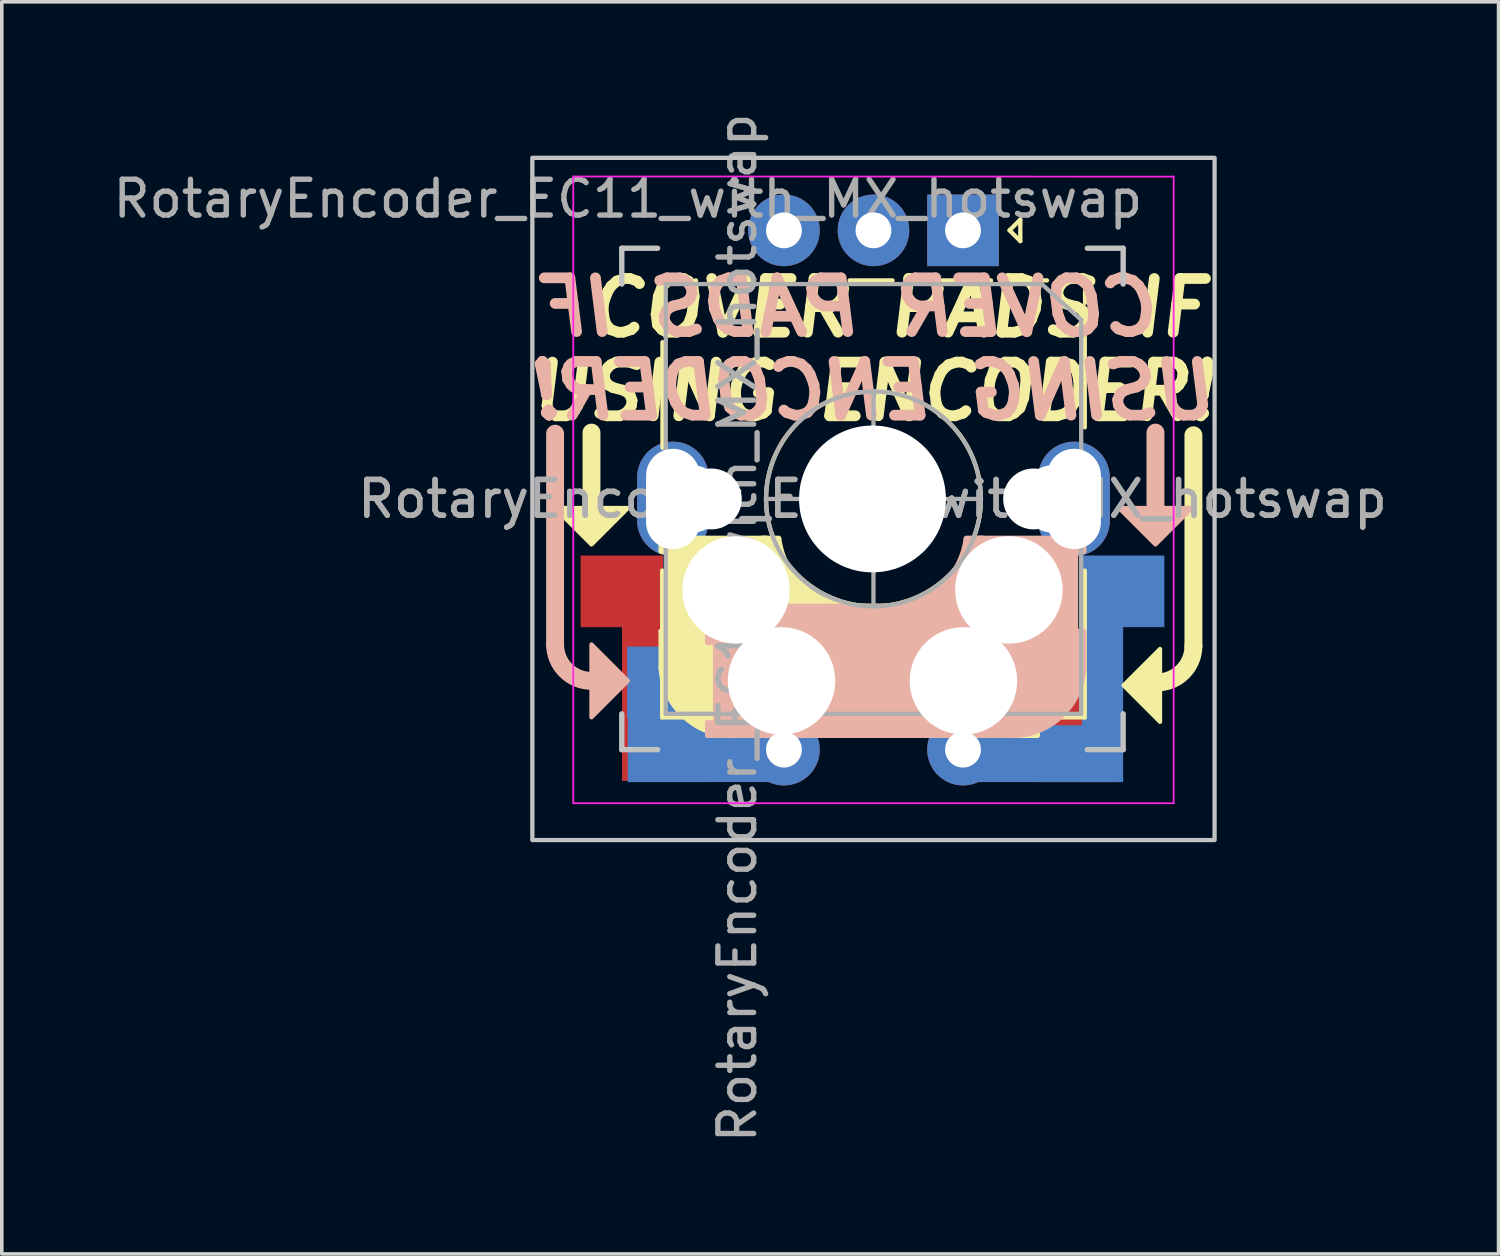
<source format=kicad_pcb>
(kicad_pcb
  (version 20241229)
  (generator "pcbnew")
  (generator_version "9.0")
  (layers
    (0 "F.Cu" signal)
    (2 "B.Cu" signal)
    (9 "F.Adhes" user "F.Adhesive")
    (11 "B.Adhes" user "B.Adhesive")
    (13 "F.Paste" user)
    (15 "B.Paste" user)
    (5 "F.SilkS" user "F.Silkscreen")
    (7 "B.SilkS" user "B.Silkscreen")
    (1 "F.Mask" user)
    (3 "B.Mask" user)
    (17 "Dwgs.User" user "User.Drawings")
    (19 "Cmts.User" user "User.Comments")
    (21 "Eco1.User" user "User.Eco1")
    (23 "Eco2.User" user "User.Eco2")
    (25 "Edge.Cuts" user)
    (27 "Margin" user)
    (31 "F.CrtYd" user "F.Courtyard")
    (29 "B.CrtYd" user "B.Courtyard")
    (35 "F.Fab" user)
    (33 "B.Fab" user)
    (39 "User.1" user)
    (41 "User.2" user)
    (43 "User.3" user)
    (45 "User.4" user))
  (footprint "RotaryEncoder_EC11_with_MX_hotswap"
    (layer "F.Cu")
    (at 15.498 13.93)
    (property "Reference" "RotaryEncoder_EC11_with_MX_hotswap" (at -1.016 -11.43 0) (layer "F.Fab") (effects (font (size 1 1) (thickness 0.15))))
    (attr through_hole)
    (fp_line (start -2.032 -4.9) (end -2.032 -2.72) (stroke (width 0.5) (type solid)) (layer "F.SilkS"))
    (fp_line (start -0.086 -1.948) (end -0.086 -1.588) (stroke (width 0.15) (type solid)) (layer "F.SilkS"))
    (fp_line (start -0.086 -1.948) (end 3.194 -1.948) (stroke (width 0.15) (type solid)) (layer "F.SilkS"))
    (fp_line (start -0.086 0.652) (end 0.114 0.652) (stroke (width 0.15) (type solid)) (layer "F.SilkS"))
    (fp_line (start -0.086 1.652) (end -0.086 0.652) (stroke (width 0.15) (type solid)) (layer "F.SilkS"))
    (fp_line (start -0.058 -8) (end -0.058 -8.65) (stroke (width 0.12) (type solid)) (layer "F.SilkS"))
    (fp_line (start -0.058 3.052) (end -0.058 -1.048) (stroke (width 0.12) (type solid)) (layer "F.SilkS"))
    (fp_line (start -0.05 -4.475) (end -0.05 -7.425) (stroke (width 0.12) (type solid)) (layer "F.SilkS"))
    (fp_line (start 0.014 0.752) (end 0.014 1.652) (stroke (width 0.3) (type solid)) (layer "F.SilkS"))
    (fp_line (start 0.114 -1.748) (end 2.814 -1.748) (stroke (width 0.5) (type solid)) (layer "F.SilkS"))
    (fp_line (start 0.114 -1.588) (end -0.086 -1.588) (stroke (width 0.15) (type solid)) (layer "F.SilkS"))
    (fp_line (start 0.144 0.652) (end 0.144 -1.588) (stroke (width 0.15) (type solid)) (layer "F.SilkS"))
    (fp_line (start 0.514 -1.448) (end 0.514 0.352) (stroke (width 0.8) (type solid)) (layer "F.SilkS"))
    (fp_line (start 0.887 -9.15) (end 0.875 -9.15) (stroke (width 0.12) (type solid)) (layer "F.SilkS"))
    (fp_line (start 1.644 2.052) (end 1.644 -0.188) (stroke (width 3) (type solid)) (layer "F.SilkS"))
    (fp_line (start 1.85 -9.15) (end 1.475 -9.15) (stroke (width 0.12) (type solid)) (layer "F.SilkS"))
    (fp_line (start 2.342 3.052) (end -0.058 3.052) (stroke (width 0.12) (type solid)) (layer "F.SilkS"))
    (fp_line (start 5.414 -0.048) (end 10.414 -0.048) (stroke (width 0.15) (type solid)) (layer "F.SilkS"))
    (fp_line (start 5.842 -3.548) (end 5.842 -2.548) (stroke (width 0.12) (type solid)) (layer "F.SilkS"))
    (fp_line (start 6.342 -3.048) (end 5.342 -3.048) (stroke (width 0.12) (type solid)) (layer "F.SilkS"))
    (fp_line (start 6.375 -9.15) (end 5.175 -9.15) (stroke (width 0.12) (type solid)) (layer "F.SilkS"))
    (fp_line (start 7.142 3.052) (end 4.542 3.052) (stroke (width 0.12) (type solid)) (layer "F.SilkS"))
    (fp_line (start 8.075 -9.15) (end 7.75 -9.15) (stroke (width 0.12) (type solid)) (layer "F.SilkS"))
    (fp_line (start 8.414 1.752) (end 1.714 1.752) (stroke (width 3.5) (type solid)) (layer "F.SilkS"))
    (fp_line (start 9.125 -9.15) (end 8.8 -9.15) (stroke (width 0.12) (type solid)) (layer "F.SilkS"))
    (fp_line (start 9.642 -10.548) (end 9.942 -10.848) (stroke (width 0.12) (type solid)) (layer "F.SilkS"))
    (fp_line (start 9.714 2.952) (end 9.714 0.452) (stroke (width 1) (type solid)) (layer "F.SilkS"))
    (fp_line (start 9.942 -10.848) (end 9.942 -10.248) (stroke (width 0.12) (type solid)) (layer "F.SilkS"))
    (fp_line (start 9.942 -10.248) (end 9.642 -10.548) (stroke (width 0.12) (type solid)) (layer "F.SilkS"))
    (fp_line (start 10.114 0.252) (end 8.714 0.252) (stroke (width 0.5) (type solid)) (layer "F.SilkS"))
    (fp_line (start 10.194 0.952) (end 10.194 3.202) (stroke (width 0.15) (type solid)) (layer "F.SilkS"))
    (fp_line (start 10.214 0.852) (end 10.214 0.152) (stroke (width 0.4) (type solid)) (layer "F.SilkS"))
    (fp_line (start 10.214 3.202) (end 10.414 3.202) (stroke (width 0.15) (type solid)) (layer "F.SilkS"))
    (fp_line (start 10.214 3.352) (end 8.814 3.352) (stroke (width 0.4) (type solid)) (layer "F.SilkS"))
    (fp_line (start 10.414 -0.048) (end 10.414 0.952) (stroke (width 0.15) (type solid)) (layer "F.SilkS"))
    (fp_line (start 10.414 0.952) (end 10.214 0.952) (stroke (width 0.15) (type solid)) (layer "F.SilkS"))
    (fp_line (start 10.414 3.202) (end 10.414 3.552) (stroke (width 0.15) (type solid)) (layer "F.SilkS"))
    (fp_line (start 10.414 3.552) (end 2.014 3.552) (stroke (width 0.15) (type solid)) (layer "F.SilkS"))
    (fp_line (start 10.688 -9.15) (end 10.363 -9.15) (stroke (width 0.12) (type solid)) (layer "F.SilkS"))
    (fp_line (start 11.742 -5.048) (end 11.742 -7.6) (stroke (width 0.12) (type solid)) (layer "F.SilkS"))
    (fp_line (start 11.742 -1.048) (end 11.742 3.052) (stroke (width 0.12) (type solid)) (layer "F.SilkS"))
    (fp_line (start 11.742 3.052) (end 9.342 3.052) (stroke (width 0.12) (type solid)) (layer "F.SilkS"))
    (fp_line (start 11.75 -8.525) (end 11.75 -8.85) (stroke (width 0.12) (type solid)) (layer "F.SilkS"))
    (fp_line (start 14.776 -4.826) (end 14.776 1.06) (stroke (width 0.5) (type solid)) (layer "F.SilkS"))
    (fp_arc (start 2.014 3.552001) (mid 0.570496 3.036925) (end -0.086001 1.652) (stroke (width 0.15) (type solid)) (layer "F.SilkS"))
    (fp_arc (start 5.014 0.352) (mid 3.545291 -0.161882) (end 2.797682 -1.526529) (stroke (width 1) (type solid)) (layer "F.SilkS"))
    (fp_arc (start 5.414 -0.048) (mid 3.945291 -0.561882) (end 3.197682 -1.926529) (stroke (width 0.15) (type solid)) (layer "F.SilkS"))
    (fp_arc (start 14.77558 1.05958) (mid 14.478 1.778) (end 13.75958 2.07558) (stroke (width 0.5) (type solid)) (layer "F.SilkS"))
    (fp_circle (center 5.842 -3.048) (end 5.842 -0.048) (stroke (width 0.12) (type solid)) (fill no) (layer "F.SilkS"))
    (fp_poly (pts (xy -1.016 -2.794) (xy -2.032 -1.778) (xy -3.048 -2.794)) (stroke (width 0.12) (type solid)) (fill yes) (layer "F.SilkS"))
    (fp_poly (pts (xy 13.843 3.175) (xy 12.827 2.159) (xy 13.843 1.143)) (stroke (width 0.12) (type solid)) (fill yes) (layer "F.SilkS"))
    (fp_line (start -3.048 -4.87) (end -3.048 1.016) (stroke (width 0.5) (type solid)) (layer "B.SilkS"))
    (fp_line (start 1.214 -0.048) (end 1.214 0.952) (stroke (width 0.15) (type solid)) (layer "B.SilkS"))
    (fp_line (start 1.214 0.952) (end 1.414 0.952) (stroke (width 0.15) (type solid)) (layer "B.SilkS"))
    (fp_line (start 1.214 3.202) (end 1.214 3.552) (stroke (width 0.15) (type solid)) (layer "B.SilkS"))
    (fp_line (start 1.214 3.552) (end 9.614 3.552) (stroke (width 0.15) (type solid)) (layer "B.SilkS"))
    (fp_line (start 1.414 0.852) (end 1.414 0.152) (stroke (width 0.4) (type solid)) (layer "B.SilkS"))
    (fp_line (start 1.414 3.202) (end 1.214 3.202) (stroke (width 0.15) (type solid)) (layer "B.SilkS"))
    (fp_line (start 1.414 3.352) (end 2.814 3.352) (stroke (width 0.4) (type solid)) (layer "B.SilkS"))
    (fp_line (start 1.434 0.952) (end 1.434 3.202) (stroke (width 0.15) (type solid)) (layer "B.SilkS"))
    (fp_line (start 1.514 0.252) (end 2.914 0.252) (stroke (width 0.5) (type solid)) (layer "B.SilkS"))
    (fp_line (start 1.914 2.952) (end 1.914 0.452) (stroke (width 1) (type solid)) (layer "B.SilkS"))
    (fp_line (start 3.214 1.752) (end 9.914 1.752) (stroke (width 3.5) (type solid)) (layer "B.SilkS"))
    (fp_line (start 6.214 -0.048) (end 1.214 -0.048) (stroke (width 0.15) (type solid)) (layer "B.SilkS"))
    (fp_line (start 9.984 2.052) (end 9.984 -0.188) (stroke (width 3) (type solid)) (layer "B.SilkS"))
    (fp_line (start 11.114 -1.448) (end 11.114 0.352) (stroke (width 0.8) (type solid)) (layer "B.SilkS"))
    (fp_line (start 11.484 0.652) (end 11.484 -1.588) (stroke (width 0.15) (type solid)) (layer "B.SilkS"))
    (fp_line (start 11.514 -1.748) (end 8.814 -1.748) (stroke (width 0.5) (type solid)) (layer "B.SilkS"))
    (fp_line (start 11.514 -1.588) (end 11.714 -1.588) (stroke (width 0.15) (type solid)) (layer "B.SilkS"))
    (fp_line (start 11.614 0.752) (end 11.614 1.652) (stroke (width 0.3) (type solid)) (layer "B.SilkS"))
    (fp_line (start 11.714 -1.948) (end 8.434 -1.948) (stroke (width 0.15) (type solid)) (layer "B.SilkS"))
    (fp_line (start 11.714 -1.948) (end 11.714 -1.588) (stroke (width 0.15) (type solid)) (layer "B.SilkS"))
    (fp_line (start 11.714 0.652) (end 11.514 0.652) (stroke (width 0.15) (type solid)) (layer "B.SilkS"))
    (fp_line (start 11.714 1.652) (end 11.714 0.652) (stroke (width 0.15) (type solid)) (layer "B.SilkS"))
    (fp_line (start 13.716 -4.9) (end 13.716 -2.72) (stroke (width 0.5) (type solid)) (layer "B.SilkS"))
    (fp_arc (start -2.032 2.032) (mid -2.75042 1.73442) (end -3.048 1.016) (stroke (width 0.5) (type solid)) (layer "B.SilkS"))
    (fp_arc (start 8.430318 -1.926529) (mid 7.682709 -0.561882) (end 6.214 -0.048) (stroke (width 0.15) (type solid)) (layer "B.SilkS"))
    (fp_arc (start 8.830318 -1.526529) (mid 8.082709 -0.161882) (end 6.614 0.352) (stroke (width 1) (type solid)) (layer "B.SilkS"))
    (fp_arc (start 11.714 1.651999) (mid 11.057504 3.036924) (end 9.614001 3.552) (stroke (width 0.15) (type solid)) (layer "B.SilkS"))
    (fp_poly (pts (xy -2.032 3.048) (xy -1.016 2.032) (xy -2.032 1.016)) (stroke (width 0.12) (type solid)) (fill yes) (layer "B.SilkS"))
    (fp_poly (pts (xy 12.7 -2.794) (xy 13.716 -1.778) (xy 14.732 -2.794)) (stroke (width 0.12) (type solid)) (fill yes) (layer "B.SilkS"))
    (fp_line (start -1.186 -10.048) (end -1.186 -9.048) (stroke (width 0.15) (type solid)) (layer "Dwgs.User"))
    (fp_line (start -1.186 3.952) (end -1.186 2.952) (stroke (width 0.15) (type solid)) (layer "Dwgs.User"))
    (fp_line (start -1.186 3.952) (end -0.186 3.952) (stroke (width 0.15) (type solid)) (layer "Dwgs.User"))
    (fp_line (start -0.186 -10.048) (end -1.186 -10.048) (stroke (width 0.15) (type solid)) (layer "Dwgs.User"))
    (fp_line (start 12.814 -10.048) (end 11.814 -10.048) (stroke (width 0.15) (type solid)) (layer "Dwgs.User"))
    (fp_line (start 12.814 -9.048) (end 12.814 -10.048) (stroke (width 0.15) (type solid)) (layer "Dwgs.User"))
    (fp_line (start 12.814 2.952) (end 12.814 3.952) (stroke (width 0.15) (type solid)) (layer "Dwgs.User"))
    (fp_line (start 12.814 3.952) (end 11.814 3.952) (stroke (width 0.15) (type solid)) (layer "Dwgs.User"))
    (fp_rect (start 15.367 6.477) (end -3.683 -12.573) (stroke (width 0.12) (type solid)) (fill no) (layer "Dwgs.User"))
    (fp_line (start -2.54 5.448) (end -2.54 -12.052) (stroke (width 0.05) (type solid)) (layer "F.CrtYd"))
    (fp_line (start -2.54 5.448) (end 14.224 5.448) (stroke (width 0.05) (type solid)) (layer "F.CrtYd"))
    (fp_line (start 14.224 -12.052) (end 14.224 5.448) (stroke (width 0.05) (type solid)) (layer "F.CrtYd"))
    (fp_line (start 14.224 -12.048) (end -2.54 -12.052) (stroke (width 0.05) (type solid)) (layer "F.CrtYd"))
    (fp_line (start 0.042 -9.048) (end 10.542 -9.048) (stroke (width 0.12) (type solid)) (layer "F.Fab"))
    (fp_line (start 0.042 2.952) (end 0.042 -9.048) (stroke (width 0.12) (type solid)) (layer "F.Fab"))
    (fp_line (start 5.842 -6.048) (end 5.842 -0.048) (stroke (width 0.12) (type solid)) (layer "F.Fab"))
    (fp_line (start 8.842 -3.048) (end 2.842 -3.048) (stroke (width 0.12) (type solid)) (layer "F.Fab"))
    (fp_line (start 10.542 -9.048) (end 11.642 -8.048) (stroke (width 0.12) (type solid)) (layer "F.Fab"))
    (fp_line (start 11.642 -8.048) (end 11.642 2.952) (stroke (width 0.12) (type solid)) (layer "F.Fab"))
    (fp_line (start 11.642 2.952) (end 0.042 2.952) (stroke (width 0.12) (type solid)) (layer "F.Fab"))
    (fp_circle (center 5.842 -3.048) (end 5.842 -0.048) (stroke (width 0.12) (type solid)) (fill no) (layer "F.Fab"))
    (fp_text user "COVER PADS IF " (at 7.112 -8.382 0) (unlocked yes) (layer "F.SilkS") (effects (font (size 1.5 1.5) (thickness 0.3) (italic yes))))
    (fp_text user "USING ENCODER!" (at 5.842 -6.048 0) (unlocked yes) (layer "F.SilkS") (effects (font (size 1.5 1.5) (thickness 0.3) (italic yes))))
    (fp_text user "COVER PADS IF " (at 4.65 -8.4 0) (unlocked yes) (layer "B.SilkS") (effects (font (size 1.5 1.5) (thickness 0.3) (italic yes)) (justify mirror)))
    (fp_text user "USING ENCODER!" (at 5.92 -6.066 0) (unlocked yes) (layer "B.SilkS") (effects (font (size 1.5 1.5) (thickness 0.3) (italic yes)) (justify mirror)))
    (fp_text user "${REFERENCE}" (at 5.814 -3.048 180) (layer "F.Fab") (effects (font (size 1 1) (thickness 0.15))))
    (fp_text user "${REFERENCE}" (at 2.042 0.552 270) (layer "F.Fab") (effects (font (size 1 1) (thickness 0.15))))
    (fp_text user "${REFERENCE}" (at 5.814 -3.048 180) (layer "F.Fab") (effects (font (size 1 1) (thickness 0.15))))
    (pad "" np_thru_hole oval (at 0.242 -3.048 270) (size 3.2 2) (drill oval 2.8 1.5) (layers "*.Cu" "*.Mask"))
    (pad "" np_thru_hole circle (at 0.734 -3.048 180) (size 1.9 1.9) (drill 1.9) (layers "*.Cu" "*.Mask"))
    (pad "" np_thru_hole circle (at 1.314 -3.048 180) (size 1.7 1.7) (drill 1.7) (layers "*.Cu" "*.Mask"))
    (pad "" np_thru_hole circle (at 2.004 -0.508) (size 3 3) (drill 3) (layers "*.Cu" "*.Mask"))
    (pad "" np_thru_hole circle (at 3.274 2.032) (size 3 3) (drill 3) (layers "*.Cu" "*.Mask"))
    (pad "" np_thru_hole circle (at 5.814 -3.048 270) (size 4.1 4.1) (drill 4.1) (layers "*.Cu" "*.Mask"))
    (pad "" np_thru_hole circle (at 8.354 2.032) (size 3 3) (drill 3) (layers "*.Cu" "*.Mask"))
    (pad "" np_thru_hole circle (at 9.624 -0.508) (size 3 3) (drill 3) (layers "*.Cu" "*.Mask"))
    (pad "" np_thru_hole circle (at 10.314 -3.048 180) (size 1.7 1.7) (drill 1.7) (layers "*.Cu" "*.Mask"))
    (pad "" np_thru_hole circle (at 10.894 -3.048 180) (size 1.9 1.9) (drill 1.9) (layers "*.Cu" "*.Mask"))
    (pad "" np_thru_hole oval (at 11.442 -3.048 270) (size 3.2 2) (drill oval 2.8 1.5) (layers "*.Cu" "*.Mask"))
    (pad "A" thru_hole rect (at 8.342 -10.548 270) (size 2 2) (drill 1) (layers "*.Cu" "*.Mask"))
    (pad "B" thru_hole circle (at 3.342 -10.548 270) (size 2 2) (drill 1) (layers "*.Cu" "*.Mask"))
    (pad "C" thru_hole circle (at 5.842 -10.548 270) (size 2 2) (drill 1) (layers "*.Cu" "*.Mask"))
    (pad "S1" smd rect (at 0.114 2.072) (size 2.3 2) (layers "B.Cu" "B.Mask" "B.Paste"))
    (pad "S1" smd rect (at 0.124 3.191 180) (size 2.28 3.334) (layers "B.Cu"))
    (pad "S1" smd rect (at 1.016 4.064 90) (size 1.587 4.064) (layers "B.Cu"))
    (pad "S1" thru_hole circle (at 3.342 3.952 270) (size 2 2) (drill 1) (layers "*.Cu" "*.Mask"))
    (pad "S1" smd rect (at 10.632 4.064 270) (size 1.587 4.064) (layers "F.Cu"))
    (pad "S1" smd rect (at 11.514 2.072) (size 2.3 2) (layers "F.Cu" "F.Mask" "F.Paste"))
    (pad "S1" smd rect (at 11.52 3.074 180) (size 2.289 3.568) (layers "F.Cu"))
    (pad "S2" smd rect (at -1.186 -0.468) (size 2.3 2) (layers "F.Cu" "F.Mask" "F.Paste"))
    (pad "S2" smd rect (at -0.608 2.286 180) (size 1.143 4.064) (layers "F.Cu"))
    (pad "S2" smd rect (at 0.853 4.032 270) (size 1.587 4.064) (layers "F.Cu"))
    (pad "S2" thru_hole circle (at 8.342 3.952 270) (size 2 2) (drill 1) (layers "*.Cu" "*.Mask"))
    (pad "S2" smd rect (at 10.668 4.064 90) (size 1.587 4.064) (layers "B.Cu"))
    (pad "S2" smd rect (at 12.239 2.338 180) (size 1.15 5.04) (layers "B.Cu"))
    (pad "S2" smd rect (at 12.814 -0.468) (size 2.3 2) (layers "B.Cu" "B.Mask" "B.Paste")))
  (gr_rect
    (start -3 -3)
    (end 38.794 31.964)
    (stroke (width 0.1) (type default))
    (fill no)
    (layer "Edge.Cuts")))
</source>
